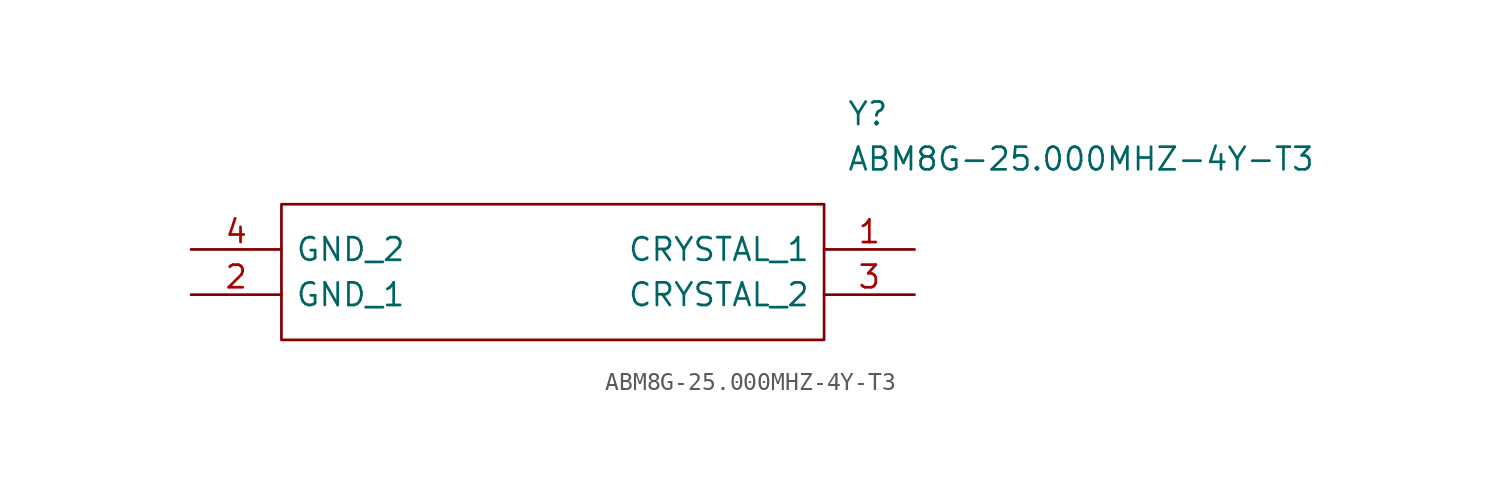
<source format=kicad_sym>
(kicad_symbol_lib
  (version 20211014)
  (generator kicad_symbol_editor)
  (symbol "ABM8G-25.000MHZ-4Y-T3"
    (pin_names
      (offset 0.762))
    (property "Reference" "Y"
      (at 36.83 7.62 0)
      (effects (font (size 1.27 1.27)) (justify left)))
    (property "Value" "ABM8G-25.000MHZ-4Y-T3"
      (at 36.83 5.08 0)
      (effects (font (size 1.27 1.27)) (justify left)))
    (symbol "ABM8G-25.000MHZ-4Y-T3_0_0"
      (pin passive line (at 40.64 0 180) (length 5.08) (name "CRYSTAL_1" (effects (font (size 1.27 1.27)))) (number "1" (effects (font (size 1.27 1.27)))))
      (pin passive line (at 0 -2.54 0) (length 5.08) (name "GND_1" (effects (font (size 1.27 1.27)))) (number "2" (effects (font (size 1.27 1.27)))))
      (pin passive line (at 40.64 -2.54 180) (length 5.08) (name "CRYSTAL_2" (effects (font (size 1.27 1.27)))) (number "3" (effects (font (size 1.27 1.27)))))
      (pin passive line (at 0 0 0) (length 5.08) (name "GND_2" (effects (font (size 1.27 1.27)))) (number "4" (effects (font (size 1.27 1.27))))))
    (symbol "ABM8G-25.000MHZ-4Y-T3_0_1"
      (polyline (pts (xy 5.08 2.54) (xy 35.56 2.54) (xy 35.56 -5.08) (xy 5.08 -5.08) (xy 5.08 2.54)) (stroke (width 0.152) (type default) (color 0 0 0 0)) (fill (type none))))))
</source>
